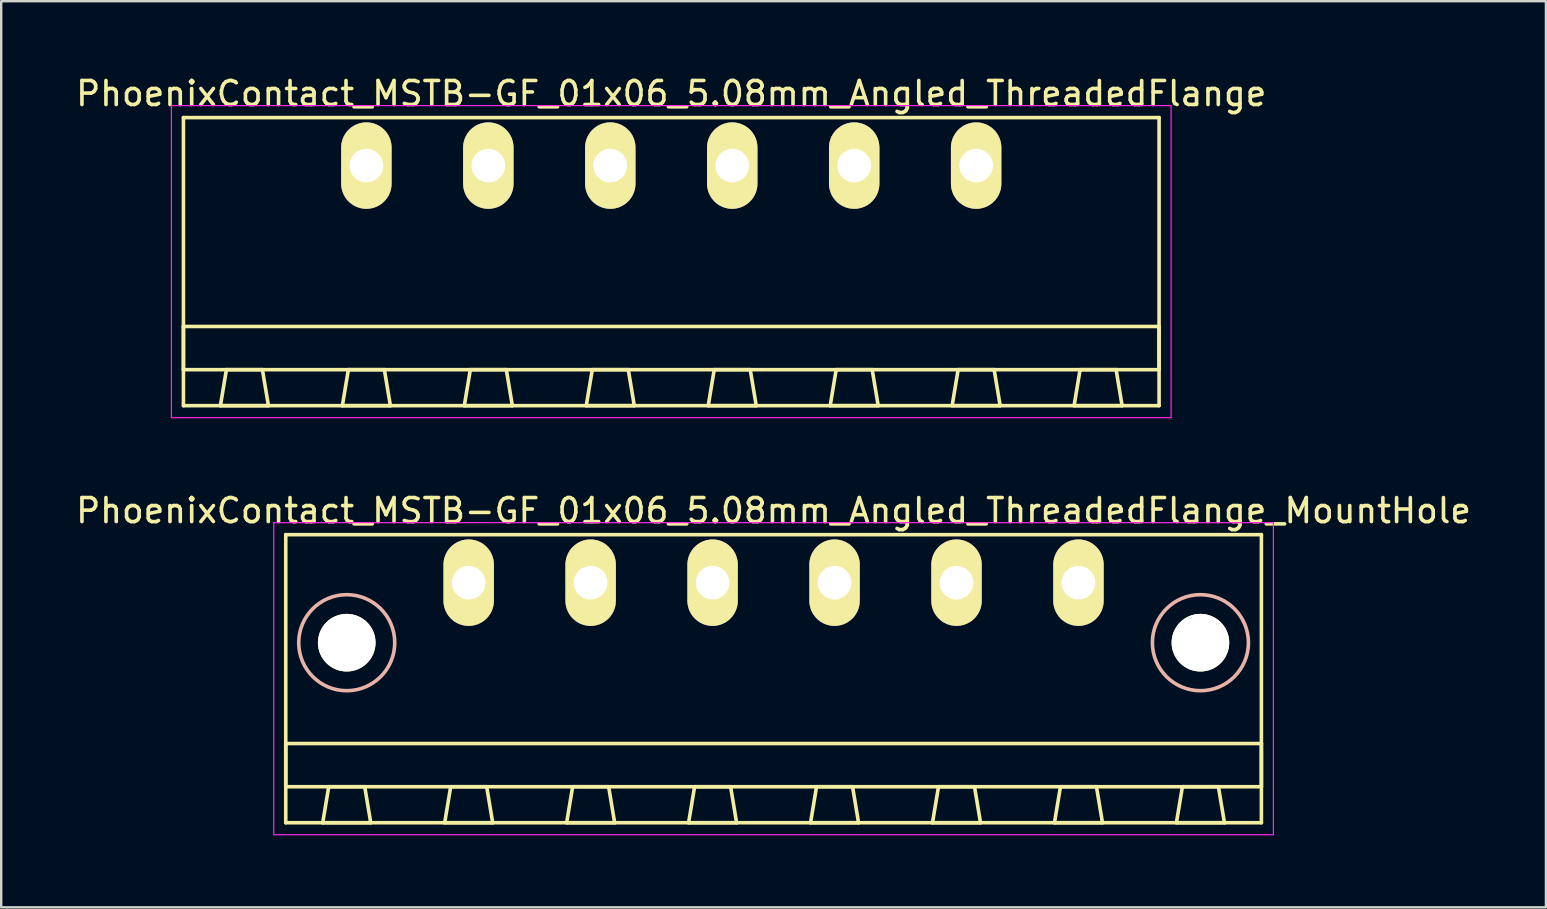
<source format=kicad_pcb>
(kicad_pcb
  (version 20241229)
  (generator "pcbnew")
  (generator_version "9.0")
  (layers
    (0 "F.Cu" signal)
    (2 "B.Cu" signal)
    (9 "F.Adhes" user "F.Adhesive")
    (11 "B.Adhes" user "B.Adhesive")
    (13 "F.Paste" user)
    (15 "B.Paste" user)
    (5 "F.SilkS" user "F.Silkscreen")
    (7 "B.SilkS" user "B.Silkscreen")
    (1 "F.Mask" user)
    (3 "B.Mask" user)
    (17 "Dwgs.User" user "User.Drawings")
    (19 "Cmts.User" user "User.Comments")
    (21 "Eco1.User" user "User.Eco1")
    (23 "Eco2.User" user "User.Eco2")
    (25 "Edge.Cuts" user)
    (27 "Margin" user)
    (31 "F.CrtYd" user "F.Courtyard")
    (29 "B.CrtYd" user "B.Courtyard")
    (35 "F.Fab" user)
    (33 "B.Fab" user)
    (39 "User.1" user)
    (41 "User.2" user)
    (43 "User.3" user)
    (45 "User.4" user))
  (footprint "PhoenixContact_MSTB-GF_01x06_5.08mm_Angled_ThreadedFlange"
    (layer "F.Cu")
    (at 12.211 3.848)
    (property "Reference" "PhoenixContact_MSTB-GF_01x06_5.08mm_Angled_ThreadedFlange" (at 12.7 -3 0) (layer "F.SilkS") (effects (font (size 1 1) (thickness 0.15))))
    (attr through_hole)
    (fp_line (start -7.62 -2) (end -7.62 10) (stroke (width 0.15) (type solid)) (layer "F.SilkS"))
    (fp_line (start -7.62 6.7) (end 33.02 6.7) (stroke (width 0.15) (type solid)) (layer "F.SilkS"))
    (fp_line (start -7.62 8.5) (end -7.62 6.7) (stroke (width 0.15) (type solid)) (layer "F.SilkS"))
    (fp_line (start -7.62 10) (end 33.02 10) (stroke (width 0.15) (type solid)) (layer "F.SilkS"))
    (fp_line (start -6.08 10) (end -4.08 10) (stroke (width 0.15) (type solid)) (layer "F.SilkS"))
    (fp_line (start -5.83 8.5) (end -6.08 10) (stroke (width 0.15) (type solid)) (layer "F.SilkS"))
    (fp_line (start -4.33 8.5) (end -5.83 8.5) (stroke (width 0.15) (type solid)) (layer "F.SilkS"))
    (fp_line (start -4.08 10) (end -4.33 8.5) (stroke (width 0.15) (type solid)) (layer "F.SilkS"))
    (fp_line (start -1 10) (end 1 10) (stroke (width 0.15) (type solid)) (layer "F.SilkS"))
    (fp_line (start -0.75 8.5) (end -1 10) (stroke (width 0.15) (type solid)) (layer "F.SilkS"))
    (fp_line (start 0.75 8.5) (end -0.75 8.5) (stroke (width 0.15) (type solid)) (layer "F.SilkS"))
    (fp_line (start 1 10) (end 0.75 8.5) (stroke (width 0.15) (type solid)) (layer "F.SilkS"))
    (fp_line (start 4.08 10) (end 6.08 10) (stroke (width 0.15) (type solid)) (layer "F.SilkS"))
    (fp_line (start 4.33 8.5) (end 4.08 10) (stroke (width 0.15) (type solid)) (layer "F.SilkS"))
    (fp_line (start 5.83 8.5) (end 4.33 8.5) (stroke (width 0.15) (type solid)) (layer "F.SilkS"))
    (fp_line (start 6.08 10) (end 5.83 8.5) (stroke (width 0.15) (type solid)) (layer "F.SilkS"))
    (fp_line (start 9.16 10) (end 11.16 10) (stroke (width 0.15) (type solid)) (layer "F.SilkS"))
    (fp_line (start 9.41 8.5) (end 9.16 10) (stroke (width 0.15) (type solid)) (layer "F.SilkS"))
    (fp_line (start 10.91 8.5) (end 9.41 8.5) (stroke (width 0.15) (type solid)) (layer "F.SilkS"))
    (fp_line (start 11.16 10) (end 10.91 8.5) (stroke (width 0.15) (type solid)) (layer "F.SilkS"))
    (fp_line (start 14.24 10) (end 16.24 10) (stroke (width 0.15) (type solid)) (layer "F.SilkS"))
    (fp_line (start 14.49 8.5) (end 14.24 10) (stroke (width 0.15) (type solid)) (layer "F.SilkS"))
    (fp_line (start 15.99 8.5) (end 14.49 8.5) (stroke (width 0.15) (type solid)) (layer "F.SilkS"))
    (fp_line (start 16.24 10) (end 15.99 8.5) (stroke (width 0.15) (type solid)) (layer "F.SilkS"))
    (fp_line (start 19.32 10) (end 21.32 10) (stroke (width 0.15) (type solid)) (layer "F.SilkS"))
    (fp_line (start 19.57 8.5) (end 19.32 10) (stroke (width 0.15) (type solid)) (layer "F.SilkS"))
    (fp_line (start 21.07 8.5) (end 19.57 8.5) (stroke (width 0.15) (type solid)) (layer "F.SilkS"))
    (fp_line (start 21.32 10) (end 21.07 8.5) (stroke (width 0.15) (type solid)) (layer "F.SilkS"))
    (fp_line (start 24.4 10) (end 26.4 10) (stroke (width 0.15) (type solid)) (layer "F.SilkS"))
    (fp_line (start 24.65 8.5) (end 24.4 10) (stroke (width 0.15) (type solid)) (layer "F.SilkS"))
    (fp_line (start 26.15 8.5) (end 24.65 8.5) (stroke (width 0.15) (type solid)) (layer "F.SilkS"))
    (fp_line (start 26.4 10) (end 26.15 8.5) (stroke (width 0.15) (type solid)) (layer "F.SilkS"))
    (fp_line (start 29.48 10) (end 31.48 10) (stroke (width 0.15) (type solid)) (layer "F.SilkS"))
    (fp_line (start 29.73 8.5) (end 29.48 10) (stroke (width 0.15) (type solid)) (layer "F.SilkS"))
    (fp_line (start 31.23 8.5) (end 29.73 8.5) (stroke (width 0.15) (type solid)) (layer "F.SilkS"))
    (fp_line (start 31.48 10) (end 31.23 8.5) (stroke (width 0.15) (type solid)) (layer "F.SilkS"))
    (fp_line (start 33.02 -2) (end -7.62 -2) (stroke (width 0.15) (type solid)) (layer "F.SilkS"))
    (fp_line (start 33.02 6.7) (end 33.02 8.5) (stroke (width 0.15) (type solid)) (layer "F.SilkS"))
    (fp_line (start 33.02 8.5) (end -7.62 8.5) (stroke (width 0.15) (type solid)) (layer "F.SilkS"))
    (fp_line (start 33.02 10) (end 33.02 -2) (stroke (width 0.15) (type solid)) (layer "F.SilkS"))
    (fp_line (start -8.12 -2.5) (end -8.12 10.5) (stroke (width 0.05) (type solid)) (layer "F.CrtYd"))
    (fp_line (start -8.12 10.5) (end 33.52 10.5) (stroke (width 0.05) (type solid)) (layer "F.CrtYd"))
    (fp_line (start 33.52 -2.5) (end -8.12 -2.5) (stroke (width 0.05) (type solid)) (layer "F.CrtYd"))
    (fp_line (start 33.52 10.5) (end 33.52 -2.5) (stroke (width 0.05) (type solid)) (layer "F.CrtYd"))
    (pad "1" thru_hole oval (at 0 0) (size 2.1 3.6) (drill 1.4) (layers "*.Cu" "*.Mask" "F.SilkS"))
    (pad "2" thru_hole oval (at 5.08 0) (size 2.1 3.6) (drill 1.4) (layers "*.Cu" "*.Mask" "F.SilkS"))
    (pad "3" thru_hole oval (at 10.16 0) (size 2.1 3.6) (drill 1.4) (layers "*.Cu" "*.Mask" "F.SilkS"))
    (pad "4" thru_hole oval (at 15.24 0) (size 2.1 3.6) (drill 1.4) (layers "*.Cu" "*.Mask" "F.SilkS"))
    (pad "5" thru_hole oval (at 20.32 0) (size 2.1 3.6) (drill 1.4) (layers "*.Cu" "*.Mask" "F.SilkS"))
    (pad "6" thru_hole oval (at 25.4 0) (size 2.1 3.6) (drill 1.4) (layers "*.Cu" "*.Mask" "F.SilkS")))
  (footprint "PhoenixContact_MSTB-GF_01x06_5.08mm_Angled_ThreadedFlange_MountHole"
    (layer "F.Cu")
    (at 16.473 21.221)
    (property "Reference" "PhoenixContact_MSTB-GF_01x06_5.08mm_Angled_ThreadedFlange_MountHole" (at 12.7 -3 0) (layer "F.SilkS") (effects (font (size 1 1) (thickness 0.15))))
    (attr through_hole)
    (fp_line (start -7.62 -2) (end -7.62 10) (stroke (width 0.15) (type solid)) (layer "F.SilkS"))
    (fp_line (start -7.62 6.7) (end 33.02 6.7) (stroke (width 0.15) (type solid)) (layer "F.SilkS"))
    (fp_line (start -7.62 8.5) (end -7.62 6.7) (stroke (width 0.15) (type solid)) (layer "F.SilkS"))
    (fp_line (start -7.62 10) (end 33.02 10) (stroke (width 0.15) (type solid)) (layer "F.SilkS"))
    (fp_line (start -6.08 10) (end -4.08 10) (stroke (width 0.15) (type solid)) (layer "F.SilkS"))
    (fp_line (start -5.83 8.5) (end -6.08 10) (stroke (width 0.15) (type solid)) (layer "F.SilkS"))
    (fp_line (start -4.33 8.5) (end -5.83 8.5) (stroke (width 0.15) (type solid)) (layer "F.SilkS"))
    (fp_line (start -4.08 10) (end -4.33 8.5) (stroke (width 0.15) (type solid)) (layer "F.SilkS"))
    (fp_line (start -1 10) (end 1 10) (stroke (width 0.15) (type solid)) (layer "F.SilkS"))
    (fp_line (start -0.75 8.5) (end -1 10) (stroke (width 0.15) (type solid)) (layer "F.SilkS"))
    (fp_line (start 0.75 8.5) (end -0.75 8.5) (stroke (width 0.15) (type solid)) (layer "F.SilkS"))
    (fp_line (start 1 10) (end 0.75 8.5) (stroke (width 0.15) (type solid)) (layer "F.SilkS"))
    (fp_line (start 4.08 10) (end 6.08 10) (stroke (width 0.15) (type solid)) (layer "F.SilkS"))
    (fp_line (start 4.33 8.5) (end 4.08 10) (stroke (width 0.15) (type solid)) (layer "F.SilkS"))
    (fp_line (start 5.83 8.5) (end 4.33 8.5) (stroke (width 0.15) (type solid)) (layer "F.SilkS"))
    (fp_line (start 6.08 10) (end 5.83 8.5) (stroke (width 0.15) (type solid)) (layer "F.SilkS"))
    (fp_line (start 9.16 10) (end 11.16 10) (stroke (width 0.15) (type solid)) (layer "F.SilkS"))
    (fp_line (start 9.41 8.5) (end 9.16 10) (stroke (width 0.15) (type solid)) (layer "F.SilkS"))
    (fp_line (start 10.91 8.5) (end 9.41 8.5) (stroke (width 0.15) (type solid)) (layer "F.SilkS"))
    (fp_line (start 11.16 10) (end 10.91 8.5) (stroke (width 0.15) (type solid)) (layer "F.SilkS"))
    (fp_line (start 14.24 10) (end 16.24 10) (stroke (width 0.15) (type solid)) (layer "F.SilkS"))
    (fp_line (start 14.49 8.5) (end 14.24 10) (stroke (width 0.15) (type solid)) (layer "F.SilkS"))
    (fp_line (start 15.99 8.5) (end 14.49 8.5) (stroke (width 0.15) (type solid)) (layer "F.SilkS"))
    (fp_line (start 16.24 10) (end 15.99 8.5) (stroke (width 0.15) (type solid)) (layer "F.SilkS"))
    (fp_line (start 19.32 10) (end 21.32 10) (stroke (width 0.15) (type solid)) (layer "F.SilkS"))
    (fp_line (start 19.57 8.5) (end 19.32 10) (stroke (width 0.15) (type solid)) (layer "F.SilkS"))
    (fp_line (start 21.07 8.5) (end 19.57 8.5) (stroke (width 0.15) (type solid)) (layer "F.SilkS"))
    (fp_line (start 21.32 10) (end 21.07 8.5) (stroke (width 0.15) (type solid)) (layer "F.SilkS"))
    (fp_line (start 24.4 10) (end 26.4 10) (stroke (width 0.15) (type solid)) (layer "F.SilkS"))
    (fp_line (start 24.65 8.5) (end 24.4 10) (stroke (width 0.15) (type solid)) (layer "F.SilkS"))
    (fp_line (start 26.15 8.5) (end 24.65 8.5) (stroke (width 0.15) (type solid)) (layer "F.SilkS"))
    (fp_line (start 26.4 10) (end 26.15 8.5) (stroke (width 0.15) (type solid)) (layer "F.SilkS"))
    (fp_line (start 29.48 10) (end 31.48 10) (stroke (width 0.15) (type solid)) (layer "F.SilkS"))
    (fp_line (start 29.73 8.5) (end 29.48 10) (stroke (width 0.15) (type solid)) (layer "F.SilkS"))
    (fp_line (start 31.23 8.5) (end 29.73 8.5) (stroke (width 0.15) (type solid)) (layer "F.SilkS"))
    (fp_line (start 31.48 10) (end 31.23 8.5) (stroke (width 0.15) (type solid)) (layer "F.SilkS"))
    (fp_line (start 33.02 -2) (end -7.62 -2) (stroke (width 0.15) (type solid)) (layer "F.SilkS"))
    (fp_line (start 33.02 6.7) (end 33.02 8.5) (stroke (width 0.15) (type solid)) (layer "F.SilkS"))
    (fp_line (start 33.02 8.5) (end -7.62 8.5) (stroke (width 0.15) (type solid)) (layer "F.SilkS"))
    (fp_line (start 33.02 10) (end 33.02 -2) (stroke (width 0.15) (type solid)) (layer "F.SilkS"))
    (fp_circle (center -5.08 2.5) (end -3.08 2.5) (stroke (width 0.15) (type solid)) (fill no) (layer "B.SilkS"))
    (fp_circle (center 30.48 2.5) (end 32.48 2.5) (stroke (width 0.15) (type solid)) (fill no) (layer "B.SilkS"))
    (fp_line (start -8.12 -2.5) (end -8.12 10.5) (stroke (width 0.05) (type solid)) (layer "F.CrtYd"))
    (fp_line (start -8.12 10.5) (end 33.52 10.5) (stroke (width 0.05) (type solid)) (layer "F.CrtYd"))
    (fp_line (start 33.52 -2.5) (end -8.12 -2.5) (stroke (width 0.05) (type solid)) (layer "F.CrtYd"))
    (fp_line (start 33.52 10.5) (end 33.52 -2.5) (stroke (width 0.05) (type solid)) (layer "F.CrtYd"))
    (pad "" np_thru_hole circle (at -5.08 2.5) (size 2.4 2.4) (drill 2.4) (layers "*.Cu" "*.Mask" "F.SilkS"))
    (pad "" np_thru_hole circle (at 30.48 2.5) (size 2.4 2.4) (drill 2.4) (layers "*.Cu" "*.Mask" "F.SilkS"))
    (pad "1" thru_hole oval (at 0 0) (size 2.1 3.6) (drill 1.4) (layers "*.Cu" "*.Mask" "F.SilkS"))
    (pad "2" thru_hole oval (at 5.08 0) (size 2.1 3.6) (drill 1.4) (layers "*.Cu" "*.Mask" "F.SilkS"))
    (pad "3" thru_hole oval (at 10.16 0) (size 2.1 3.6) (drill 1.4) (layers "*.Cu" "*.Mask" "F.SilkS"))
    (pad "4" thru_hole oval (at 15.24 0) (size 2.1 3.6) (drill 1.4) (layers "*.Cu" "*.Mask" "F.SilkS"))
    (pad "5" thru_hole oval (at 20.32 0) (size 2.1 3.6) (drill 1.4) (layers "*.Cu" "*.Mask" "F.SilkS"))
    (pad "6" thru_hole oval (at 25.4 0) (size 2.1 3.6) (drill 1.4) (layers "*.Cu" "*.Mask" "F.SilkS")))
  (gr_rect
    (start -3 -3)
    (end 61.345 34.746)
    (stroke (width 0.1) (type default))
    (fill no)
    (layer "Edge.Cuts")))
</source>
